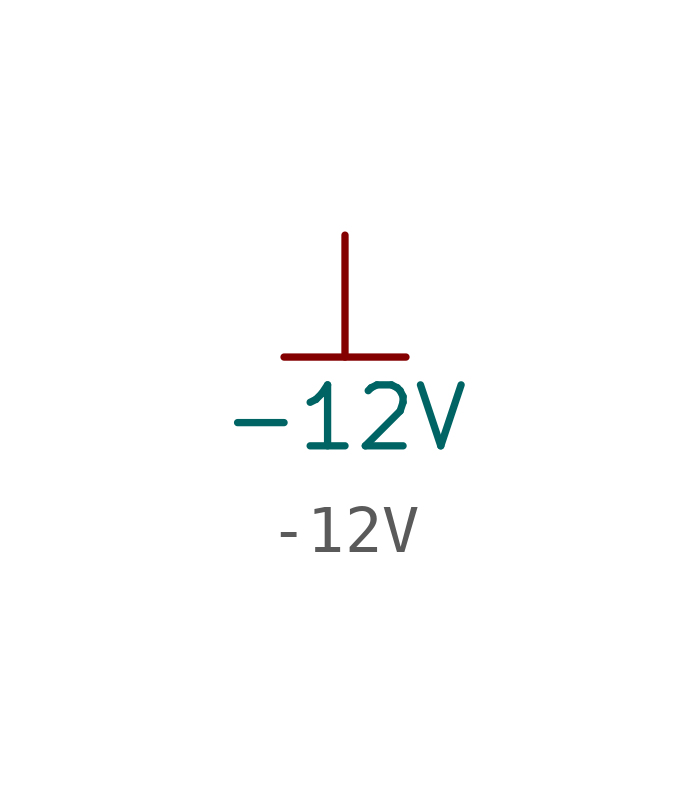
<source format=kicad_sym>
(kicad_symbol_lib
  (version 20211014)
  (generator kicad_symbol_editor)
  (symbol "-12V"
    (power)
    (pin_names
      (offset 0))
    (property "Reference" "#PWR"
      (at 0 3.81 0)
      (effects (font (size 1.27 1.27)) hide))
    (property "Value" "-12V"
      (at 0 -3.81 0)
      (effects (font (size 1.27 1.27))))
    (symbol "-12V_0_1"
      (polyline (pts (xy 0 0) (xy 0 -2.54)) (stroke (width 0) (type default) (color 0 0 0 0)) (fill (type none)))
      (polyline (pts (xy 1.27 -2.54) (xy -1.27 -2.54)) (stroke (width 0) (type default) (color 0 0 0 0)) (fill (type none))))
    (symbol "-12V_1_1"
      (pin power_in line (at 0 0 270) (length 0) hide (name "-12V" (effects (font (size 1.27 1.27)))) (number "1" (effects (font (size 1.27 1.27))))))))
</source>
